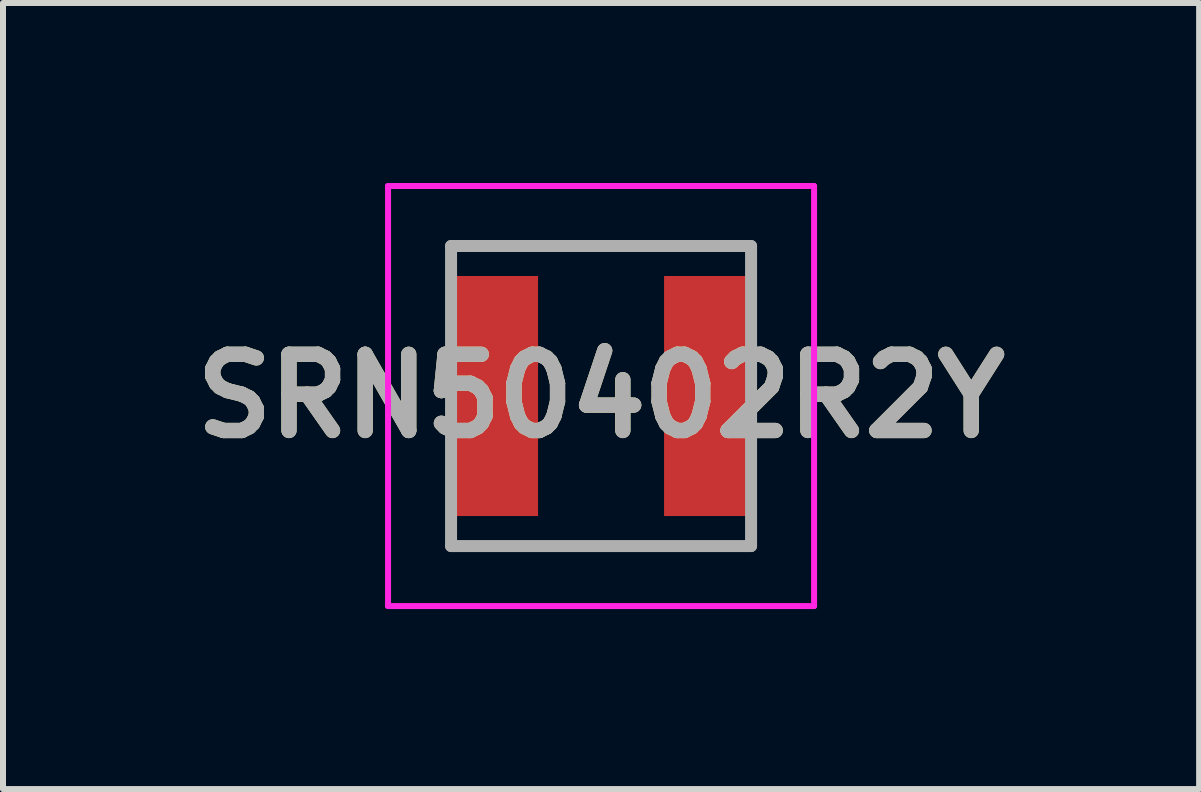
<source format=kicad_pcb>
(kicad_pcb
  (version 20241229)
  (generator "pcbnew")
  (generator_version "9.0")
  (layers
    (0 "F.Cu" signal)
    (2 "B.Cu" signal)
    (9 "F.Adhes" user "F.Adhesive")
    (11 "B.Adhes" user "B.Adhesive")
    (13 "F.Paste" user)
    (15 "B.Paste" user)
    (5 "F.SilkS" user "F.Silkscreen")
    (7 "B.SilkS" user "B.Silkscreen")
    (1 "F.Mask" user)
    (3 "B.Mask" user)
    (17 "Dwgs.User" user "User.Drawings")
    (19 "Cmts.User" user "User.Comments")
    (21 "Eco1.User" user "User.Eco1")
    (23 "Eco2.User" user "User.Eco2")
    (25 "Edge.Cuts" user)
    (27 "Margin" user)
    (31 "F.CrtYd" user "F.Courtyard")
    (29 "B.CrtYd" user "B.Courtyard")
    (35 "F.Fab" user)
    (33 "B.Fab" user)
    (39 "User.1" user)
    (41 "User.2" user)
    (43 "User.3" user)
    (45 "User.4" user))
  (footprint "SRN50402R2Y"
    (layer "F.Cu")
    (at 6.967 3.55)
    (property "Reference" "SRN50402R2Y" (at 0 0 0) (layer "F.SilkS") (effects (font (size 1.27 1.27) (thickness 0.254))))
    (attr smd)
    (fp_line (start -2.1 -2.5) (end 2.4 -2.5) (stroke (width 0.1) (type solid)) (layer "F.SilkS"))
    (fp_line (start -2.1 2.5) (end 2.5 2.5) (stroke (width 0.1) (type solid)) (layer "F.SilkS"))
    (fp_line (start -3.55 -3.5) (end 3.55 -3.5) (stroke (width 0.1) (type solid)) (layer "F.CrtYd"))
    (fp_line (start -3.55 3.5) (end -3.55 -3.5) (stroke (width 0.1) (type solid)) (layer "F.CrtYd"))
    (fp_line (start 3.55 -3.5) (end 3.55 3.5) (stroke (width 0.1) (type solid)) (layer "F.CrtYd"))
    (fp_line (start 3.55 3.5) (end -3.55 3.5) (stroke (width 0.1) (type solid)) (layer "F.CrtYd"))
    (fp_line (start -2.5 -2.5) (end 2.5 -2.5) (stroke (width 0.2) (type solid)) (layer "F.Fab"))
    (fp_line (start -2.5 2.5) (end -2.5 -2.5) (stroke (width 0.2) (type solid)) (layer "F.Fab"))
    (fp_line (start 2.5 -2.5) (end 2.5 2.5) (stroke (width 0.2) (type solid)) (layer "F.Fab"))
    (fp_line (start 2.5 2.5) (end -2.5 2.5) (stroke (width 0.2) (type solid)) (layer "F.Fab"))
    (fp_text user "${REFERENCE}" (at 0 0 0) (layer "F.Fab") (effects (font (size 1.27 1.27) (thickness 0.254))))
    (pad "1" smd rect (at -1.8 0) (size 1.5 4) (layers "F.Cu" "F.Mask" "F.Paste"))
    (pad "2" smd rect (at 1.8 0) (size 1.5 4) (layers "F.Cu" "F.Mask" "F.Paste")))
  (gr_rect
    (start -3 -3)
    (end 16.934 10.1)
    (stroke (width 0.1) (type default))
    (fill no)
    (layer "Edge.Cuts")))
</source>
